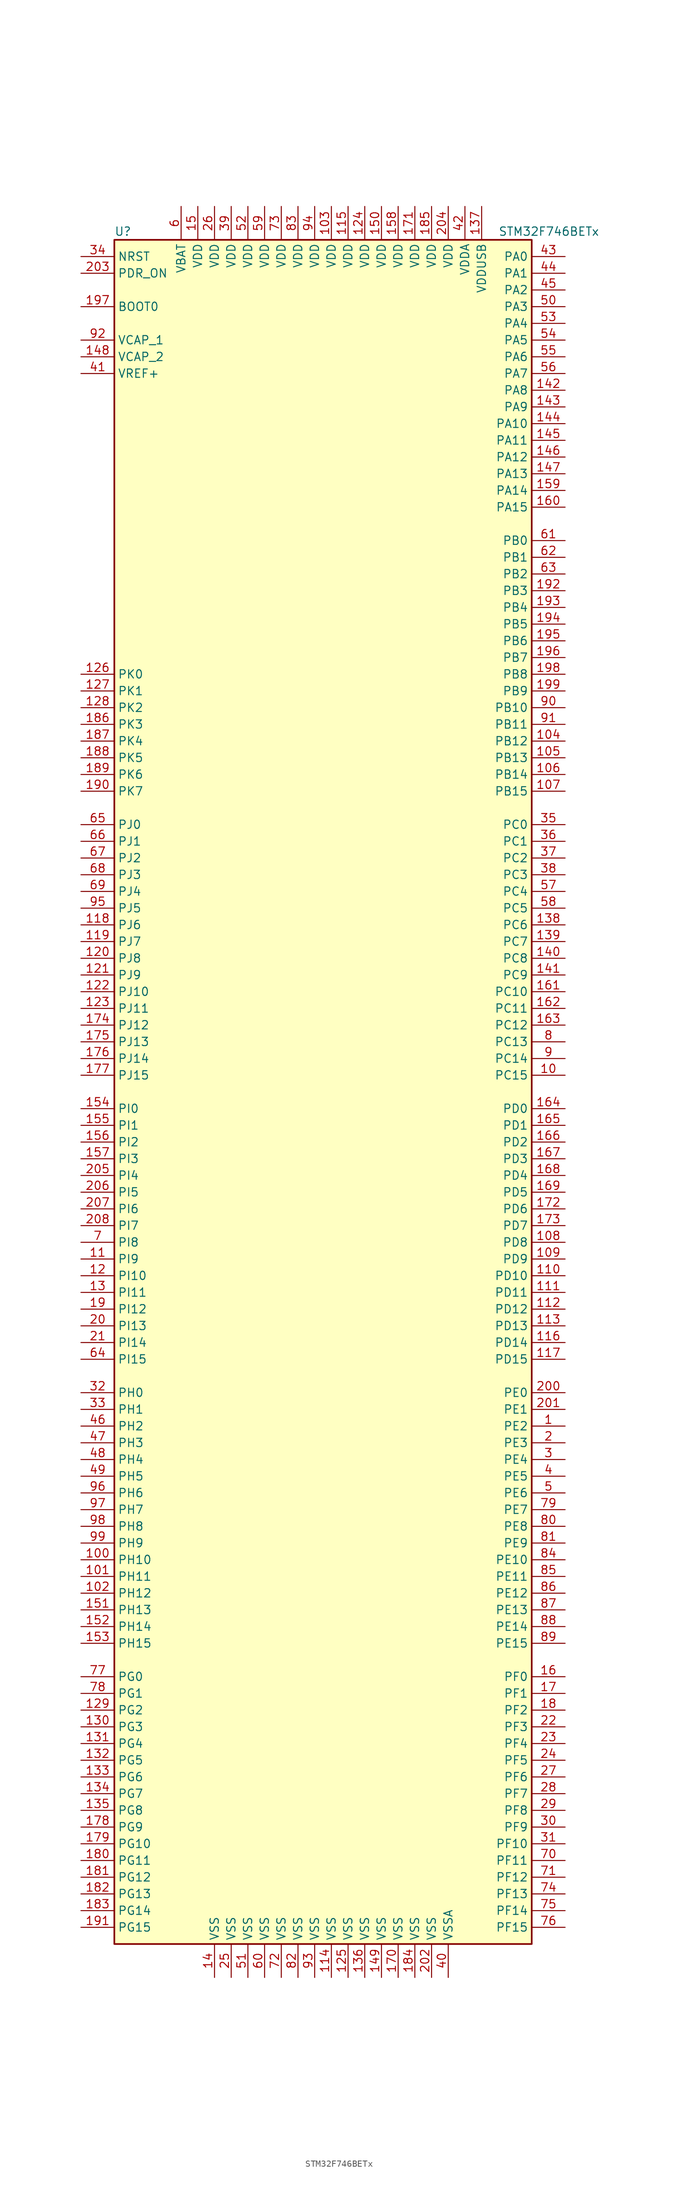
<source format=kicad_sym>
(kicad_symbol_lib
  (version 20220914)
  (generator kicad_symbol_editor)
  (symbol "STM32F746BETx"
    (property "Reference" "U"
      (at -33.02 130.81 0)
      (effects (font (size 1.27 1.27)) (justify left)))
    (property "Value" "STM32F746BETx"
      (at 25.4 130.81 0)
      (effects (font (size 1.27 1.27)) (justify left)))
    (symbol "STM32F746BETx_0_1"
      (rectangle (start -33.02 -129.54) (end 30.48 129.54) (stroke (width 0.254) (type default)) (fill (type background))))
    (symbol "STM32F746BETx_1_1"
      (pin bidirectional line (at 35.56 -50.8 180) (length 5.08) (name "PE2" (effects (font (size 1.27 1.27)))) (number "1" (effects (font (size 1.27 1.27)))))
      (pin bidirectional line (at 35.56 2.54 180) (length 5.08) (name "PC15" (effects (font (size 1.27 1.27)))) (number "10" (effects (font (size 1.27 1.27)))))
      (pin bidirectional line (at -38.1 -71.12 0) (length 5.08) (name "PH10" (effects (font (size 1.27 1.27)))) (number "100" (effects (font (size 1.27 1.27)))))
      (pin bidirectional line (at -38.1 -73.66 0) (length 5.08) (name "PH11" (effects (font (size 1.27 1.27)))) (number "101" (effects (font (size 1.27 1.27)))))
      (pin bidirectional line (at -38.1 -76.2 0) (length 5.08) (name "PH12" (effects (font (size 1.27 1.27)))) (number "102" (effects (font (size 1.27 1.27)))))
      (pin power_in line (at 0 134.62 270) (length 5.08) (name "VDD" (effects (font (size 1.27 1.27)))) (number "103" (effects (font (size 1.27 1.27)))))
      (pin bidirectional line (at 35.56 53.34 180) (length 5.08) (name "PB12" (effects (font (size 1.27 1.27)))) (number "104" (effects (font (size 1.27 1.27)))))
      (pin bidirectional line (at 35.56 50.8 180) (length 5.08) (name "PB13" (effects (font (size 1.27 1.27)))) (number "105" (effects (font (size 1.27 1.27)))))
      (pin bidirectional line (at 35.56 48.26 180) (length 5.08) (name "PB14" (effects (font (size 1.27 1.27)))) (number "106" (effects (font (size 1.27 1.27)))))
      (pin bidirectional line (at 35.56 45.72 180) (length 5.08) (name "PB15" (effects (font (size 1.27 1.27)))) (number "107" (effects (font (size 1.27 1.27)))))
      (pin bidirectional line (at 35.56 -22.86 180) (length 5.08) (name "PD8" (effects (font (size 1.27 1.27)))) (number "108" (effects (font (size 1.27 1.27)))))
      (pin bidirectional line (at 35.56 -25.4 180) (length 5.08) (name "PD9" (effects (font (size 1.27 1.27)))) (number "109" (effects (font (size 1.27 1.27)))))
      (pin bidirectional line (at -38.1 -25.4 0) (length 5.08) (name "PI9" (effects (font (size 1.27 1.27)))) (number "11" (effects (font (size 1.27 1.27)))))
      (pin bidirectional line (at 35.56 -27.94 180) (length 5.08) (name "PD10" (effects (font (size 1.27 1.27)))) (number "110" (effects (font (size 1.27 1.27)))))
      (pin bidirectional line (at 35.56 -30.48 180) (length 5.08) (name "PD11" (effects (font (size 1.27 1.27)))) (number "111" (effects (font (size 1.27 1.27)))))
      (pin bidirectional line (at 35.56 -33.02 180) (length 5.08) (name "PD12" (effects (font (size 1.27 1.27)))) (number "112" (effects (font (size 1.27 1.27)))))
      (pin bidirectional line (at 35.56 -35.56 180) (length 5.08) (name "PD13" (effects (font (size 1.27 1.27)))) (number "113" (effects (font (size 1.27 1.27)))))
      (pin power_in line (at 0 -134.62 90) (length 5.08) (name "VSS" (effects (font (size 1.27 1.27)))) (number "114" (effects (font (size 1.27 1.27)))))
      (pin power_in line (at 2.54 134.62 270) (length 5.08) (name "VDD" (effects (font (size 1.27 1.27)))) (number "115" (effects (font (size 1.27 1.27)))))
      (pin bidirectional line (at 35.56 -38.1 180) (length 5.08) (name "PD14" (effects (font (size 1.27 1.27)))) (number "116" (effects (font (size 1.27 1.27)))))
      (pin bidirectional line (at 35.56 -40.64 180) (length 5.08) (name "PD15" (effects (font (size 1.27 1.27)))) (number "117" (effects (font (size 1.27 1.27)))))
      (pin bidirectional line (at -38.1 25.4 0) (length 5.08) (name "PJ6" (effects (font (size 1.27 1.27)))) (number "118" (effects (font (size 1.27 1.27)))))
      (pin bidirectional line (at -38.1 22.86 0) (length 5.08) (name "PJ7" (effects (font (size 1.27 1.27)))) (number "119" (effects (font (size 1.27 1.27)))))
      (pin bidirectional line (at -38.1 -27.94 0) (length 5.08) (name "PI10" (effects (font (size 1.27 1.27)))) (number "12" (effects (font (size 1.27 1.27)))))
      (pin bidirectional line (at -38.1 20.32 0) (length 5.08) (name "PJ8" (effects (font (size 1.27 1.27)))) (number "120" (effects (font (size 1.27 1.27)))))
      (pin bidirectional line (at -38.1 17.78 0) (length 5.08) (name "PJ9" (effects (font (size 1.27 1.27)))) (number "121" (effects (font (size 1.27 1.27)))))
      (pin bidirectional line (at -38.1 15.24 0) (length 5.08) (name "PJ10" (effects (font (size 1.27 1.27)))) (number "122" (effects (font (size 1.27 1.27)))))
      (pin bidirectional line (at -38.1 12.7 0) (length 5.08) (name "PJ11" (effects (font (size 1.27 1.27)))) (number "123" (effects (font (size 1.27 1.27)))))
      (pin power_in line (at 5.08 134.62 270) (length 5.08) (name "VDD" (effects (font (size 1.27 1.27)))) (number "124" (effects (font (size 1.27 1.27)))))
      (pin power_in line (at 2.54 -134.62 90) (length 5.08) (name "VSS" (effects (font (size 1.27 1.27)))) (number "125" (effects (font (size 1.27 1.27)))))
      (pin bidirectional line (at -38.1 63.5 0) (length 5.08) (name "PK0" (effects (font (size 1.27 1.27)))) (number "126" (effects (font (size 1.27 1.27)))))
      (pin bidirectional line (at -38.1 60.96 0) (length 5.08) (name "PK1" (effects (font (size 1.27 1.27)))) (number "127" (effects (font (size 1.27 1.27)))))
      (pin bidirectional line (at -38.1 58.42 0) (length 5.08) (name "PK2" (effects (font (size 1.27 1.27)))) (number "128" (effects (font (size 1.27 1.27)))))
      (pin bidirectional line (at -38.1 -93.98 0) (length 5.08) (name "PG2" (effects (font (size 1.27 1.27)))) (number "129" (effects (font (size 1.27 1.27)))))
      (pin bidirectional line (at -38.1 -30.48 0) (length 5.08) (name "PI11" (effects (font (size 1.27 1.27)))) (number "13" (effects (font (size 1.27 1.27)))))
      (pin bidirectional line (at -38.1 -96.52 0) (length 5.08) (name "PG3" (effects (font (size 1.27 1.27)))) (number "130" (effects (font (size 1.27 1.27)))))
      (pin bidirectional line (at -38.1 -99.06 0) (length 5.08) (name "PG4" (effects (font (size 1.27 1.27)))) (number "131" (effects (font (size 1.27 1.27)))))
      (pin bidirectional line (at -38.1 -101.6 0) (length 5.08) (name "PG5" (effects (font (size 1.27 1.27)))) (number "132" (effects (font (size 1.27 1.27)))))
      (pin bidirectional line (at -38.1 -104.14 0) (length 5.08) (name "PG6" (effects (font (size 1.27 1.27)))) (number "133" (effects (font (size 1.27 1.27)))))
      (pin bidirectional line (at -38.1 -106.68 0) (length 5.08) (name "PG7" (effects (font (size 1.27 1.27)))) (number "134" (effects (font (size 1.27 1.27)))))
      (pin bidirectional line (at -38.1 -109.22 0) (length 5.08) (name "PG8" (effects (font (size 1.27 1.27)))) (number "135" (effects (font (size 1.27 1.27)))))
      (pin power_in line (at 5.08 -134.62 90) (length 5.08) (name "VSS" (effects (font (size 1.27 1.27)))) (number "136" (effects (font (size 1.27 1.27)))))
      (pin power_in line (at 22.86 134.62 270) (length 5.08) (name "VDDUSB" (effects (font (size 1.27 1.27)))) (number "137" (effects (font (size 1.27 1.27)))))
      (pin bidirectional line (at 35.56 25.4 180) (length 5.08) (name "PC6" (effects (font (size 1.27 1.27)))) (number "138" (effects (font (size 1.27 1.27)))))
      (pin bidirectional line (at 35.56 22.86 180) (length 5.08) (name "PC7" (effects (font (size 1.27 1.27)))) (number "139" (effects (font (size 1.27 1.27)))))
      (pin power_in line (at -17.78 -134.62 90) (length 5.08) (name "VSS" (effects (font (size 1.27 1.27)))) (number "14" (effects (font (size 1.27 1.27)))))
      (pin bidirectional line (at 35.56 20.32 180) (length 5.08) (name "PC8" (effects (font (size 1.27 1.27)))) (number "140" (effects (font (size 1.27 1.27)))))
      (pin bidirectional line (at 35.56 17.78 180) (length 5.08) (name "PC9" (effects (font (size 1.27 1.27)))) (number "141" (effects (font (size 1.27 1.27)))))
      (pin bidirectional line (at 35.56 106.68 180) (length 5.08) (name "PA8" (effects (font (size 1.27 1.27)))) (number "142" (effects (font (size 1.27 1.27)))))
      (pin bidirectional line (at 35.56 104.14 180) (length 5.08) (name "PA9" (effects (font (size 1.27 1.27)))) (number "143" (effects (font (size 1.27 1.27)))))
      (pin bidirectional line (at 35.56 101.6 180) (length 5.08) (name "PA10" (effects (font (size 1.27 1.27)))) (number "144" (effects (font (size 1.27 1.27)))))
      (pin bidirectional line (at 35.56 99.06 180) (length 5.08) (name "PA11" (effects (font (size 1.27 1.27)))) (number "145" (effects (font (size 1.27 1.27)))))
      (pin bidirectional line (at 35.56 96.52 180) (length 5.08) (name "PA12" (effects (font (size 1.27 1.27)))) (number "146" (effects (font (size 1.27 1.27)))))
      (pin bidirectional line (at 35.56 93.98 180) (length 5.08) (name "PA13" (effects (font (size 1.27 1.27)))) (number "147" (effects (font (size 1.27 1.27)))))
      (pin power_in line (at -38.1 111.76 0) (length 5.08) (name "VCAP_2" (effects (font (size 1.27 1.27)))) (number "148" (effects (font (size 1.27 1.27)))))
      (pin power_in line (at 7.62 -134.62 90) (length 5.08) (name "VSS" (effects (font (size 1.27 1.27)))) (number "149" (effects (font (size 1.27 1.27)))))
      (pin power_in line (at -20.32 134.62 270) (length 5.08) (name "VDD" (effects (font (size 1.27 1.27)))) (number "15" (effects (font (size 1.27 1.27)))))
      (pin power_in line (at 7.62 134.62 270) (length 5.08) (name "VDD" (effects (font (size 1.27 1.27)))) (number "150" (effects (font (size 1.27 1.27)))))
      (pin bidirectional line (at -38.1 -78.74 0) (length 5.08) (name "PH13" (effects (font (size 1.27 1.27)))) (number "151" (effects (font (size 1.27 1.27)))))
      (pin bidirectional line (at -38.1 -81.28 0) (length 5.08) (name "PH14" (effects (font (size 1.27 1.27)))) (number "152" (effects (font (size 1.27 1.27)))))
      (pin bidirectional line (at -38.1 -83.82 0) (length 5.08) (name "PH15" (effects (font (size 1.27 1.27)))) (number "153" (effects (font (size 1.27 1.27)))))
      (pin bidirectional line (at -38.1 -2.54 0) (length 5.08) (name "PI0" (effects (font (size 1.27 1.27)))) (number "154" (effects (font (size 1.27 1.27)))))
      (pin bidirectional line (at -38.1 -5.08 0) (length 5.08) (name "PI1" (effects (font (size 1.27 1.27)))) (number "155" (effects (font (size 1.27 1.27)))))
      (pin bidirectional line (at -38.1 -7.62 0) (length 5.08) (name "PI2" (effects (font (size 1.27 1.27)))) (number "156" (effects (font (size 1.27 1.27)))))
      (pin bidirectional line (at -38.1 -10.16 0) (length 5.08) (name "PI3" (effects (font (size 1.27 1.27)))) (number "157" (effects (font (size 1.27 1.27)))))
      (pin power_in line (at 10.16 134.62 270) (length 5.08) (name "VDD" (effects (font (size 1.27 1.27)))) (number "158" (effects (font (size 1.27 1.27)))))
      (pin bidirectional line (at 35.56 91.44 180) (length 5.08) (name "PA14" (effects (font (size 1.27 1.27)))) (number "159" (effects (font (size 1.27 1.27)))))
      (pin bidirectional line (at 35.56 -88.9 180) (length 5.08) (name "PF0" (effects (font (size 1.27 1.27)))) (number "16" (effects (font (size 1.27 1.27)))))
      (pin bidirectional line (at 35.56 88.9 180) (length 5.08) (name "PA15" (effects (font (size 1.27 1.27)))) (number "160" (effects (font (size 1.27 1.27)))))
      (pin bidirectional line (at 35.56 15.24 180) (length 5.08) (name "PC10" (effects (font (size 1.27 1.27)))) (number "161" (effects (font (size 1.27 1.27)))))
      (pin bidirectional line (at 35.56 12.7 180) (length 5.08) (name "PC11" (effects (font (size 1.27 1.27)))) (number "162" (effects (font (size 1.27 1.27)))))
      (pin bidirectional line (at 35.56 10.16 180) (length 5.08) (name "PC12" (effects (font (size 1.27 1.27)))) (number "163" (effects (font (size 1.27 1.27)))))
      (pin bidirectional line (at 35.56 -2.54 180) (length 5.08) (name "PD0" (effects (font (size 1.27 1.27)))) (number "164" (effects (font (size 1.27 1.27)))))
      (pin bidirectional line (at 35.56 -5.08 180) (length 5.08) (name "PD1" (effects (font (size 1.27 1.27)))) (number "165" (effects (font (size 1.27 1.27)))))
      (pin bidirectional line (at 35.56 -7.62 180) (length 5.08) (name "PD2" (effects (font (size 1.27 1.27)))) (number "166" (effects (font (size 1.27 1.27)))))
      (pin bidirectional line (at 35.56 -10.16 180) (length 5.08) (name "PD3" (effects (font (size 1.27 1.27)))) (number "167" (effects (font (size 1.27 1.27)))))
      (pin bidirectional line (at 35.56 -12.7 180) (length 5.08) (name "PD4" (effects (font (size 1.27 1.27)))) (number "168" (effects (font (size 1.27 1.27)))))
      (pin bidirectional line (at 35.56 -15.24 180) (length 5.08) (name "PD5" (effects (font (size 1.27 1.27)))) (number "169" (effects (font (size 1.27 1.27)))))
      (pin bidirectional line (at 35.56 -91.44 180) (length 5.08) (name "PF1" (effects (font (size 1.27 1.27)))) (number "17" (effects (font (size 1.27 1.27)))))
      (pin power_in line (at 10.16 -134.62 90) (length 5.08) (name "VSS" (effects (font (size 1.27 1.27)))) (number "170" (effects (font (size 1.27 1.27)))))
      (pin power_in line (at 12.7 134.62 270) (length 5.08) (name "VDD" (effects (font (size 1.27 1.27)))) (number "171" (effects (font (size 1.27 1.27)))))
      (pin bidirectional line (at 35.56 -17.78 180) (length 5.08) (name "PD6" (effects (font (size 1.27 1.27)))) (number "172" (effects (font (size 1.27 1.27)))))
      (pin bidirectional line (at 35.56 -20.32 180) (length 5.08) (name "PD7" (effects (font (size 1.27 1.27)))) (number "173" (effects (font (size 1.27 1.27)))))
      (pin bidirectional line (at -38.1 10.16 0) (length 5.08) (name "PJ12" (effects (font (size 1.27 1.27)))) (number "174" (effects (font (size 1.27 1.27)))))
      (pin bidirectional line (at -38.1 7.62 0) (length 5.08) (name "PJ13" (effects (font (size 1.27 1.27)))) (number "175" (effects (font (size 1.27 1.27)))))
      (pin bidirectional line (at -38.1 5.08 0) (length 5.08) (name "PJ14" (effects (font (size 1.27 1.27)))) (number "176" (effects (font (size 1.27 1.27)))))
      (pin bidirectional line (at -38.1 2.54 0) (length 5.08) (name "PJ15" (effects (font (size 1.27 1.27)))) (number "177" (effects (font (size 1.27 1.27)))))
      (pin bidirectional line (at -38.1 -111.76 0) (length 5.08) (name "PG9" (effects (font (size 1.27 1.27)))) (number "178" (effects (font (size 1.27 1.27)))))
      (pin bidirectional line (at -38.1 -114.3 0) (length 5.08) (name "PG10" (effects (font (size 1.27 1.27)))) (number "179" (effects (font (size 1.27 1.27)))))
      (pin bidirectional line (at 35.56 -93.98 180) (length 5.08) (name "PF2" (effects (font (size 1.27 1.27)))) (number "18" (effects (font (size 1.27 1.27)))))
      (pin bidirectional line (at -38.1 -116.84 0) (length 5.08) (name "PG11" (effects (font (size 1.27 1.27)))) (number "180" (effects (font (size 1.27 1.27)))))
      (pin bidirectional line (at -38.1 -119.38 0) (length 5.08) (name "PG12" (effects (font (size 1.27 1.27)))) (number "181" (effects (font (size 1.27 1.27)))))
      (pin bidirectional line (at -38.1 -121.92 0) (length 5.08) (name "PG13" (effects (font (size 1.27 1.27)))) (number "182" (effects (font (size 1.27 1.27)))))
      (pin bidirectional line (at -38.1 -124.46 0) (length 5.08) (name "PG14" (effects (font (size 1.27 1.27)))) (number "183" (effects (font (size 1.27 1.27)))))
      (pin power_in line (at 12.7 -134.62 90) (length 5.08) (name "VSS" (effects (font (size 1.27 1.27)))) (number "184" (effects (font (size 1.27 1.27)))))
      (pin power_in line (at 15.24 134.62 270) (length 5.08) (name "VDD" (effects (font (size 1.27 1.27)))) (number "185" (effects (font (size 1.27 1.27)))))
      (pin bidirectional line (at -38.1 55.88 0) (length 5.08) (name "PK3" (effects (font (size 1.27 1.27)))) (number "186" (effects (font (size 1.27 1.27)))))
      (pin bidirectional line (at -38.1 53.34 0) (length 5.08) (name "PK4" (effects (font (size 1.27 1.27)))) (number "187" (effects (font (size 1.27 1.27)))))
      (pin bidirectional line (at -38.1 50.8 0) (length 5.08) (name "PK5" (effects (font (size 1.27 1.27)))) (number "188" (effects (font (size 1.27 1.27)))))
      (pin bidirectional line (at -38.1 48.26 0) (length 5.08) (name "PK6" (effects (font (size 1.27 1.27)))) (number "189" (effects (font (size 1.27 1.27)))))
      (pin bidirectional line (at -38.1 -33.02 0) (length 5.08) (name "PI12" (effects (font (size 1.27 1.27)))) (number "19" (effects (font (size 1.27 1.27)))))
      (pin bidirectional line (at -38.1 45.72 0) (length 5.08) (name "PK7" (effects (font (size 1.27 1.27)))) (number "190" (effects (font (size 1.27 1.27)))))
      (pin bidirectional line (at -38.1 -127 0) (length 5.08) (name "PG15" (effects (font (size 1.27 1.27)))) (number "191" (effects (font (size 1.27 1.27)))))
      (pin bidirectional line (at 35.56 76.2 180) (length 5.08) (name "PB3" (effects (font (size 1.27 1.27)))) (number "192" (effects (font (size 1.27 1.27)))))
      (pin bidirectional line (at 35.56 73.66 180) (length 5.08) (name "PB4" (effects (font (size 1.27 1.27)))) (number "193" (effects (font (size 1.27 1.27)))))
      (pin bidirectional line (at 35.56 71.12 180) (length 5.08) (name "PB5" (effects (font (size 1.27 1.27)))) (number "194" (effects (font (size 1.27 1.27)))))
      (pin bidirectional line (at 35.56 68.58 180) (length 5.08) (name "PB6" (effects (font (size 1.27 1.27)))) (number "195" (effects (font (size 1.27 1.27)))))
      (pin bidirectional line (at 35.56 66.04 180) (length 5.08) (name "PB7" (effects (font (size 1.27 1.27)))) (number "196" (effects (font (size 1.27 1.27)))))
      (pin input line (at -38.1 119.38 0) (length 5.08) (name "BOOT0" (effects (font (size 1.27 1.27)))) (number "197" (effects (font (size 1.27 1.27)))))
      (pin bidirectional line (at 35.56 63.5 180) (length 5.08) (name "PB8" (effects (font (size 1.27 1.27)))) (number "198" (effects (font (size 1.27 1.27)))))
      (pin bidirectional line (at 35.56 60.96 180) (length 5.08) (name "PB9" (effects (font (size 1.27 1.27)))) (number "199" (effects (font (size 1.27 1.27)))))
      (pin bidirectional line (at 35.56 -53.34 180) (length 5.08) (name "PE3" (effects (font (size 1.27 1.27)))) (number "2" (effects (font (size 1.27 1.27)))))
      (pin bidirectional line (at -38.1 -35.56 0) (length 5.08) (name "PI13" (effects (font (size 1.27 1.27)))) (number "20" (effects (font (size 1.27 1.27)))))
      (pin bidirectional line (at 35.56 -45.72 180) (length 5.08) (name "PE0" (effects (font (size 1.27 1.27)))) (number "200" (effects (font (size 1.27 1.27)))))
      (pin bidirectional line (at 35.56 -48.26 180) (length 5.08) (name "PE1" (effects (font (size 1.27 1.27)))) (number "201" (effects (font (size 1.27 1.27)))))
      (pin power_in line (at 15.24 -134.62 90) (length 5.08) (name "VSS" (effects (font (size 1.27 1.27)))) (number "202" (effects (font (size 1.27 1.27)))))
      (pin input line (at -38.1 124.46 0) (length 5.08) (name "PDR_ON" (effects (font (size 1.27 1.27)))) (number "203" (effects (font (size 1.27 1.27)))))
      (pin power_in line (at 17.78 134.62 270) (length 5.08) (name "VDD" (effects (font (size 1.27 1.27)))) (number "204" (effects (font (size 1.27 1.27)))))
      (pin bidirectional line (at -38.1 -12.7 0) (length 5.08) (name "PI4" (effects (font (size 1.27 1.27)))) (number "205" (effects (font (size 1.27 1.27)))))
      (pin bidirectional line (at -38.1 -15.24 0) (length 5.08) (name "PI5" (effects (font (size 1.27 1.27)))) (number "206" (effects (font (size 1.27 1.27)))))
      (pin bidirectional line (at -38.1 -17.78 0) (length 5.08) (name "PI6" (effects (font (size 1.27 1.27)))) (number "207" (effects (font (size 1.27 1.27)))))
      (pin bidirectional line (at -38.1 -20.32 0) (length 5.08) (name "PI7" (effects (font (size 1.27 1.27)))) (number "208" (effects (font (size 1.27 1.27)))))
      (pin bidirectional line (at -38.1 -38.1 0) (length 5.08) (name "PI14" (effects (font (size 1.27 1.27)))) (number "21" (effects (font (size 1.27 1.27)))))
      (pin bidirectional line (at 35.56 -96.52 180) (length 5.08) (name "PF3" (effects (font (size 1.27 1.27)))) (number "22" (effects (font (size 1.27 1.27)))))
      (pin bidirectional line (at 35.56 -99.06 180) (length 5.08) (name "PF4" (effects (font (size 1.27 1.27)))) (number "23" (effects (font (size 1.27 1.27)))))
      (pin bidirectional line (at 35.56 -101.6 180) (length 5.08) (name "PF5" (effects (font (size 1.27 1.27)))) (number "24" (effects (font (size 1.27 1.27)))))
      (pin power_in line (at -15.24 -134.62 90) (length 5.08) (name "VSS" (effects (font (size 1.27 1.27)))) (number "25" (effects (font (size 1.27 1.27)))))
      (pin power_in line (at -17.78 134.62 270) (length 5.08) (name "VDD" (effects (font (size 1.27 1.27)))) (number "26" (effects (font (size 1.27 1.27)))))
      (pin bidirectional line (at 35.56 -104.14 180) (length 5.08) (name "PF6" (effects (font (size 1.27 1.27)))) (number "27" (effects (font (size 1.27 1.27)))))
      (pin bidirectional line (at 35.56 -106.68 180) (length 5.08) (name "PF7" (effects (font (size 1.27 1.27)))) (number "28" (effects (font (size 1.27 1.27)))))
      (pin bidirectional line (at 35.56 -109.22 180) (length 5.08) (name "PF8" (effects (font (size 1.27 1.27)))) (number "29" (effects (font (size 1.27 1.27)))))
      (pin bidirectional line (at 35.56 -55.88 180) (length 5.08) (name "PE4" (effects (font (size 1.27 1.27)))) (number "3" (effects (font (size 1.27 1.27)))))
      (pin bidirectional line (at 35.56 -111.76 180) (length 5.08) (name "PF9" (effects (font (size 1.27 1.27)))) (number "30" (effects (font (size 1.27 1.27)))))
      (pin bidirectional line (at 35.56 -114.3 180) (length 5.08) (name "PF10" (effects (font (size 1.27 1.27)))) (number "31" (effects (font (size 1.27 1.27)))))
      (pin input line (at -38.1 -45.72 0) (length 5.08) (name "PH0" (effects (font (size 1.27 1.27)))) (number "32" (effects (font (size 1.27 1.27)))))
      (pin input line (at -38.1 -48.26 0) (length 5.08) (name "PH1" (effects (font (size 1.27 1.27)))) (number "33" (effects (font (size 1.27 1.27)))))
      (pin input line (at -38.1 127 0) (length 5.08) (name "NRST" (effects (font (size 1.27 1.27)))) (number "34" (effects (font (size 1.27 1.27)))))
      (pin bidirectional line (at 35.56 40.64 180) (length 5.08) (name "PC0" (effects (font (size 1.27 1.27)))) (number "35" (effects (font (size 1.27 1.27)))))
      (pin bidirectional line (at 35.56 38.1 180) (length 5.08) (name "PC1" (effects (font (size 1.27 1.27)))) (number "36" (effects (font (size 1.27 1.27)))))
      (pin bidirectional line (at 35.56 35.56 180) (length 5.08) (name "PC2" (effects (font (size 1.27 1.27)))) (number "37" (effects (font (size 1.27 1.27)))))
      (pin bidirectional line (at 35.56 33.02 180) (length 5.08) (name "PC3" (effects (font (size 1.27 1.27)))) (number "38" (effects (font (size 1.27 1.27)))))
      (pin power_in line (at -15.24 134.62 270) (length 5.08) (name "VDD" (effects (font (size 1.27 1.27)))) (number "39" (effects (font (size 1.27 1.27)))))
      (pin bidirectional line (at 35.56 -58.42 180) (length 5.08) (name "PE5" (effects (font (size 1.27 1.27)))) (number "4" (effects (font (size 1.27 1.27)))))
      (pin power_in line (at 17.78 -134.62 90) (length 5.08) (name "VSSA" (effects (font (size 1.27 1.27)))) (number "40" (effects (font (size 1.27 1.27)))))
      (pin power_in line (at -38.1 109.22 0) (length 5.08) (name "VREF+" (effects (font (size 1.27 1.27)))) (number "41" (effects (font (size 1.27 1.27)))))
      (pin power_in line (at 20.32 134.62 270) (length 5.08) (name "VDDA" (effects (font (size 1.27 1.27)))) (number "42" (effects (font (size 1.27 1.27)))))
      (pin bidirectional line (at 35.56 127 180) (length 5.08) (name "PA0" (effects (font (size 1.27 1.27)))) (number "43" (effects (font (size 1.27 1.27)))))
      (pin bidirectional line (at 35.56 124.46 180) (length 5.08) (name "PA1" (effects (font (size 1.27 1.27)))) (number "44" (effects (font (size 1.27 1.27)))))
      (pin bidirectional line (at 35.56 121.92 180) (length 5.08) (name "PA2" (effects (font (size 1.27 1.27)))) (number "45" (effects (font (size 1.27 1.27)))))
      (pin bidirectional line (at -38.1 -50.8 0) (length 5.08) (name "PH2" (effects (font (size 1.27 1.27)))) (number "46" (effects (font (size 1.27 1.27)))))
      (pin bidirectional line (at -38.1 -53.34 0) (length 5.08) (name "PH3" (effects (font (size 1.27 1.27)))) (number "47" (effects (font (size 1.27 1.27)))))
      (pin bidirectional line (at -38.1 -55.88 0) (length 5.08) (name "PH4" (effects (font (size 1.27 1.27)))) (number "48" (effects (font (size 1.27 1.27)))))
      (pin bidirectional line (at -38.1 -58.42 0) (length 5.08) (name "PH5" (effects (font (size 1.27 1.27)))) (number "49" (effects (font (size 1.27 1.27)))))
      (pin bidirectional line (at 35.56 -60.96 180) (length 5.08) (name "PE6" (effects (font (size 1.27 1.27)))) (number "5" (effects (font (size 1.27 1.27)))))
      (pin bidirectional line (at 35.56 119.38 180) (length 5.08) (name "PA3" (effects (font (size 1.27 1.27)))) (number "50" (effects (font (size 1.27 1.27)))))
      (pin power_in line (at -12.7 -134.62 90) (length 5.08) (name "VSS" (effects (font (size 1.27 1.27)))) (number "51" (effects (font (size 1.27 1.27)))))
      (pin power_in line (at -12.7 134.62 270) (length 5.08) (name "VDD" (effects (font (size 1.27 1.27)))) (number "52" (effects (font (size 1.27 1.27)))))
      (pin bidirectional line (at 35.56 116.84 180) (length 5.08) (name "PA4" (effects (font (size 1.27 1.27)))) (number "53" (effects (font (size 1.27 1.27)))))
      (pin bidirectional line (at 35.56 114.3 180) (length 5.08) (name "PA5" (effects (font (size 1.27 1.27)))) (number "54" (effects (font (size 1.27 1.27)))))
      (pin bidirectional line (at 35.56 111.76 180) (length 5.08) (name "PA6" (effects (font (size 1.27 1.27)))) (number "55" (effects (font (size 1.27 1.27)))))
      (pin bidirectional line (at 35.56 109.22 180) (length 5.08) (name "PA7" (effects (font (size 1.27 1.27)))) (number "56" (effects (font (size 1.27 1.27)))))
      (pin bidirectional line (at 35.56 30.48 180) (length 5.08) (name "PC4" (effects (font (size 1.27 1.27)))) (number "57" (effects (font (size 1.27 1.27)))))
      (pin bidirectional line (at 35.56 27.94 180) (length 5.08) (name "PC5" (effects (font (size 1.27 1.27)))) (number "58" (effects (font (size 1.27 1.27)))))
      (pin power_in line (at -10.16 134.62 270) (length 5.08) (name "VDD" (effects (font (size 1.27 1.27)))) (number "59" (effects (font (size 1.27 1.27)))))
      (pin power_in line (at -22.86 134.62 270) (length 5.08) (name "VBAT" (effects (font (size 1.27 1.27)))) (number "6" (effects (font (size 1.27 1.27)))))
      (pin power_in line (at -10.16 -134.62 90) (length 5.08) (name "VSS" (effects (font (size 1.27 1.27)))) (number "60" (effects (font (size 1.27 1.27)))))
      (pin bidirectional line (at 35.56 83.82 180) (length 5.08) (name "PB0" (effects (font (size 1.27 1.27)))) (number "61" (effects (font (size 1.27 1.27)))))
      (pin bidirectional line (at 35.56 81.28 180) (length 5.08) (name "PB1" (effects (font (size 1.27 1.27)))) (number "62" (effects (font (size 1.27 1.27)))))
      (pin bidirectional line (at 35.56 78.74 180) (length 5.08) (name "PB2" (effects (font (size 1.27 1.27)))) (number "63" (effects (font (size 1.27 1.27)))))
      (pin bidirectional line (at -38.1 -40.64 0) (length 5.08) (name "PI15" (effects (font (size 1.27 1.27)))) (number "64" (effects (font (size 1.27 1.27)))))
      (pin bidirectional line (at -38.1 40.64 0) (length 5.08) (name "PJ0" (effects (font (size 1.27 1.27)))) (number "65" (effects (font (size 1.27 1.27)))))
      (pin bidirectional line (at -38.1 38.1 0) (length 5.08) (name "PJ1" (effects (font (size 1.27 1.27)))) (number "66" (effects (font (size 1.27 1.27)))))
      (pin bidirectional line (at -38.1 35.56 0) (length 5.08) (name "PJ2" (effects (font (size 1.27 1.27)))) (number "67" (effects (font (size 1.27 1.27)))))
      (pin bidirectional line (at -38.1 33.02 0) (length 5.08) (name "PJ3" (effects (font (size 1.27 1.27)))) (number "68" (effects (font (size 1.27 1.27)))))
      (pin bidirectional line (at -38.1 30.48 0) (length 5.08) (name "PJ4" (effects (font (size 1.27 1.27)))) (number "69" (effects (font (size 1.27 1.27)))))
      (pin bidirectional line (at -38.1 -22.86 0) (length 5.08) (name "PI8" (effects (font (size 1.27 1.27)))) (number "7" (effects (font (size 1.27 1.27)))))
      (pin bidirectional line (at 35.56 -116.84 180) (length 5.08) (name "PF11" (effects (font (size 1.27 1.27)))) (number "70" (effects (font (size 1.27 1.27)))))
      (pin bidirectional line (at 35.56 -119.38 180) (length 5.08) (name "PF12" (effects (font (size 1.27 1.27)))) (number "71" (effects (font (size 1.27 1.27)))))
      (pin power_in line (at -7.62 -134.62 90) (length 5.08) (name "VSS" (effects (font (size 1.27 1.27)))) (number "72" (effects (font (size 1.27 1.27)))))
      (pin power_in line (at -7.62 134.62 270) (length 5.08) (name "VDD" (effects (font (size 1.27 1.27)))) (number "73" (effects (font (size 1.27 1.27)))))
      (pin bidirectional line (at 35.56 -121.92 180) (length 5.08) (name "PF13" (effects (font (size 1.27 1.27)))) (number "74" (effects (font (size 1.27 1.27)))))
      (pin bidirectional line (at 35.56 -124.46 180) (length 5.08) (name "PF14" (effects (font (size 1.27 1.27)))) (number "75" (effects (font (size 1.27 1.27)))))
      (pin bidirectional line (at 35.56 -127 180) (length 5.08) (name "PF15" (effects (font (size 1.27 1.27)))) (number "76" (effects (font (size 1.27 1.27)))))
      (pin bidirectional line (at -38.1 -88.9 0) (length 5.08) (name "PG0" (effects (font (size 1.27 1.27)))) (number "77" (effects (font (size 1.27 1.27)))))
      (pin bidirectional line (at -38.1 -91.44 0) (length 5.08) (name "PG1" (effects (font (size 1.27 1.27)))) (number "78" (effects (font (size 1.27 1.27)))))
      (pin bidirectional line (at 35.56 -63.5 180) (length 5.08) (name "PE7" (effects (font (size 1.27 1.27)))) (number "79" (effects (font (size 1.27 1.27)))))
      (pin bidirectional line (at 35.56 7.62 180) (length 5.08) (name "PC13" (effects (font (size 1.27 1.27)))) (number "8" (effects (font (size 1.27 1.27)))))
      (pin bidirectional line (at 35.56 -66.04 180) (length 5.08) (name "PE8" (effects (font (size 1.27 1.27)))) (number "80" (effects (font (size 1.27 1.27)))))
      (pin bidirectional line (at 35.56 -68.58 180) (length 5.08) (name "PE9" (effects (font (size 1.27 1.27)))) (number "81" (effects (font (size 1.27 1.27)))))
      (pin power_in line (at -5.08 -134.62 90) (length 5.08) (name "VSS" (effects (font (size 1.27 1.27)))) (number "82" (effects (font (size 1.27 1.27)))))
      (pin power_in line (at -5.08 134.62 270) (length 5.08) (name "VDD" (effects (font (size 1.27 1.27)))) (number "83" (effects (font (size 1.27 1.27)))))
      (pin bidirectional line (at 35.56 -71.12 180) (length 5.08) (name "PE10" (effects (font (size 1.27 1.27)))) (number "84" (effects (font (size 1.27 1.27)))))
      (pin bidirectional line (at 35.56 -73.66 180) (length 5.08) (name "PE11" (effects (font (size 1.27 1.27)))) (number "85" (effects (font (size 1.27 1.27)))))
      (pin bidirectional line (at 35.56 -76.2 180) (length 5.08) (name "PE12" (effects (font (size 1.27 1.27)))) (number "86" (effects (font (size 1.27 1.27)))))
      (pin bidirectional line (at 35.56 -78.74 180) (length 5.08) (name "PE13" (effects (font (size 1.27 1.27)))) (number "87" (effects (font (size 1.27 1.27)))))
      (pin bidirectional line (at 35.56 -81.28 180) (length 5.08) (name "PE14" (effects (font (size 1.27 1.27)))) (number "88" (effects (font (size 1.27 1.27)))))
      (pin bidirectional line (at 35.56 -83.82 180) (length 5.08) (name "PE15" (effects (font (size 1.27 1.27)))) (number "89" (effects (font (size 1.27 1.27)))))
      (pin bidirectional line (at 35.56 5.08 180) (length 5.08) (name "PC14" (effects (font (size 1.27 1.27)))) (number "9" (effects (font (size 1.27 1.27)))))
      (pin bidirectional line (at 35.56 58.42 180) (length 5.08) (name "PB10" (effects (font (size 1.27 1.27)))) (number "90" (effects (font (size 1.27 1.27)))))
      (pin bidirectional line (at 35.56 55.88 180) (length 5.08) (name "PB11" (effects (font (size 1.27 1.27)))) (number "91" (effects (font (size 1.27 1.27)))))
      (pin power_in line (at -38.1 114.3 0) (length 5.08) (name "VCAP_1" (effects (font (size 1.27 1.27)))) (number "92" (effects (font (size 1.27 1.27)))))
      (pin power_in line (at -2.54 -134.62 90) (length 5.08) (name "VSS" (effects (font (size 1.27 1.27)))) (number "93" (effects (font (size 1.27 1.27)))))
      (pin power_in line (at -2.54 134.62 270) (length 5.08) (name "VDD" (effects (font (size 1.27 1.27)))) (number "94" (effects (font (size 1.27 1.27)))))
      (pin bidirectional line (at -38.1 27.94 0) (length 5.08) (name "PJ5" (effects (font (size 1.27 1.27)))) (number "95" (effects (font (size 1.27 1.27)))))
      (pin bidirectional line (at -38.1 -60.96 0) (length 5.08) (name "PH6" (effects (font (size 1.27 1.27)))) (number "96" (effects (font (size 1.27 1.27)))))
      (pin bidirectional line (at -38.1 -63.5 0) (length 5.08) (name "PH7" (effects (font (size 1.27 1.27)))) (number "97" (effects (font (size 1.27 1.27)))))
      (pin bidirectional line (at -38.1 -66.04 0) (length 5.08) (name "PH8" (effects (font (size 1.27 1.27)))) (number "98" (effects (font (size 1.27 1.27)))))
      (pin bidirectional line (at -38.1 -68.58 0) (length 5.08) (name "PH9" (effects (font (size 1.27 1.27)))) (number "99" (effects (font (size 1.27 1.27))))))))
</source>
